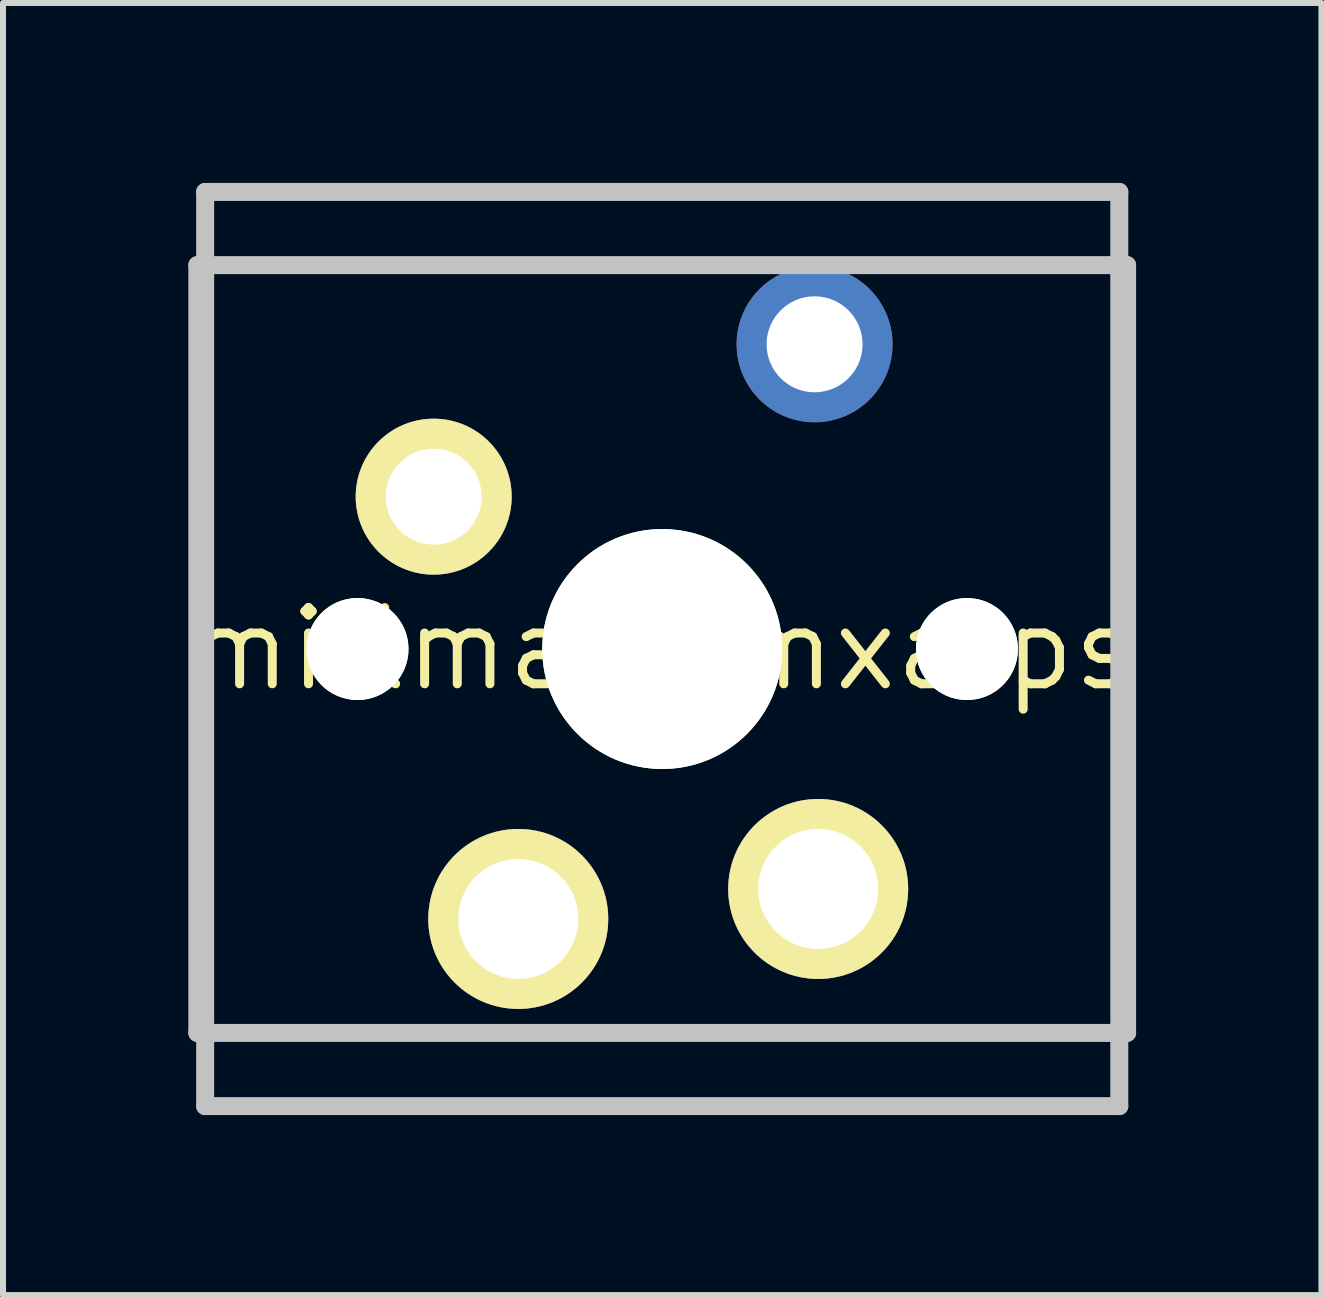
<source format=kicad_pcb>
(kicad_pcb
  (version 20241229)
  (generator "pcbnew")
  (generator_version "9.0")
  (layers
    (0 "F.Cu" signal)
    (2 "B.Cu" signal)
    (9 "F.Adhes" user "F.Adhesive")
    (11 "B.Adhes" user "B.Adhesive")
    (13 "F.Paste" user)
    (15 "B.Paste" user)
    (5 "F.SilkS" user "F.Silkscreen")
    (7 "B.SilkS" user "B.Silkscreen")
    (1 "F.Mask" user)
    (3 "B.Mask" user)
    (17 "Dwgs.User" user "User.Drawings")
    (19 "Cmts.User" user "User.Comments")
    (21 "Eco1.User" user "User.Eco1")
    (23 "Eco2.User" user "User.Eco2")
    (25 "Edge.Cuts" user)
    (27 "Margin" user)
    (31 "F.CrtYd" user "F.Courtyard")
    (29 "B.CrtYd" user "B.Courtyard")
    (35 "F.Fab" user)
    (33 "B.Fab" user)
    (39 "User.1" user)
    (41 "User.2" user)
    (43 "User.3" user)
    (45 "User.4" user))
  (footprint "millmax-mxalps"
    (layer "F.Cu")
    (at 7.99 7.77)
    (property "Reference" "millmax-mxalps" (at 0 0 0) (layer "F.SilkS") (effects (font (size 1.27 1.27) (thickness 0.15))))
    (attr through_hole)
    (fp_line (start -7.75 6.4) (end -7.75 -6.4) (stroke (width 0.3) (type solid)) (layer "Dwgs.User"))
    (fp_line (start -7.75 6.4) (end 7.75 6.4) (stroke (width 0.3) (type solid)) (layer "Dwgs.User"))
    (fp_line (start -7.62 -7.62) (end 7.62 -7.62) (stroke (width 0.3) (type solid)) (layer "Dwgs.User"))
    (fp_line (start -7.62 7.62) (end -7.62 -7.62) (stroke (width 0.3) (type solid)) (layer "Dwgs.User"))
    (fp_line (start 7.62 -7.62) (end 7.62 7.62) (stroke (width 0.3) (type solid)) (layer "Dwgs.User"))
    (fp_line (start 7.62 7.62) (end -7.62 7.62) (stroke (width 0.3) (type solid)) (layer "Dwgs.User"))
    (fp_line (start 7.75 -6.4) (end -7.75 -6.4) (stroke (width 0.3) (type solid)) (layer "Dwgs.User"))
    (fp_line (start 7.75 6.4) (end 7.75 -6.4) (stroke (width 0.3) (type solid)) (layer "Dwgs.User"))
    (pad "" np_thru_hole circle (at -5.08 0) (size 1.7 1.7) (drill 1.7) (layers "*.Cu" "*.Mask" "F.SilkS"))
    (pad "" np_thru_hole circle (at 0 0) (size 4 4) (drill 4) (layers "*.Cu" "*.Mask" "F.SilkS"))
    (pad "" np_thru_hole circle (at 5.08 0) (size 1.7 1.7) (drill 1.7) (layers "*.Cu" "*.Mask" "F.SilkS"))
    (pad "1" thru_hole circle (at -3.81 -2.54) (size 2.6 2.6) (drill 1.6) (layers "*.Cu" "*.Mask" "F.SilkS"))
    (pad "2" thru_hole circle (at 2.54 -5.08) (size 2.6 2.6) (drill 1.6) (layers "*.Cu" "*.Mask"))
    (pad "3" thru_hole circle (at -2.4 4.5) (size 3 3) (drill 2) (layers "*.Cu" "*.Mask" "F.SilkS"))
    (pad "4" thru_hole circle (at 2.6 4) (size 3 3) (drill 2) (layers "*.Cu" "*.Mask" "F.SilkS")))
  (gr_rect
    (start -3 -3)
    (end 18.98 18.54)
    (stroke (width 0.1) (type default))
    (fill no)
    (layer "Edge.Cuts")))
</source>
